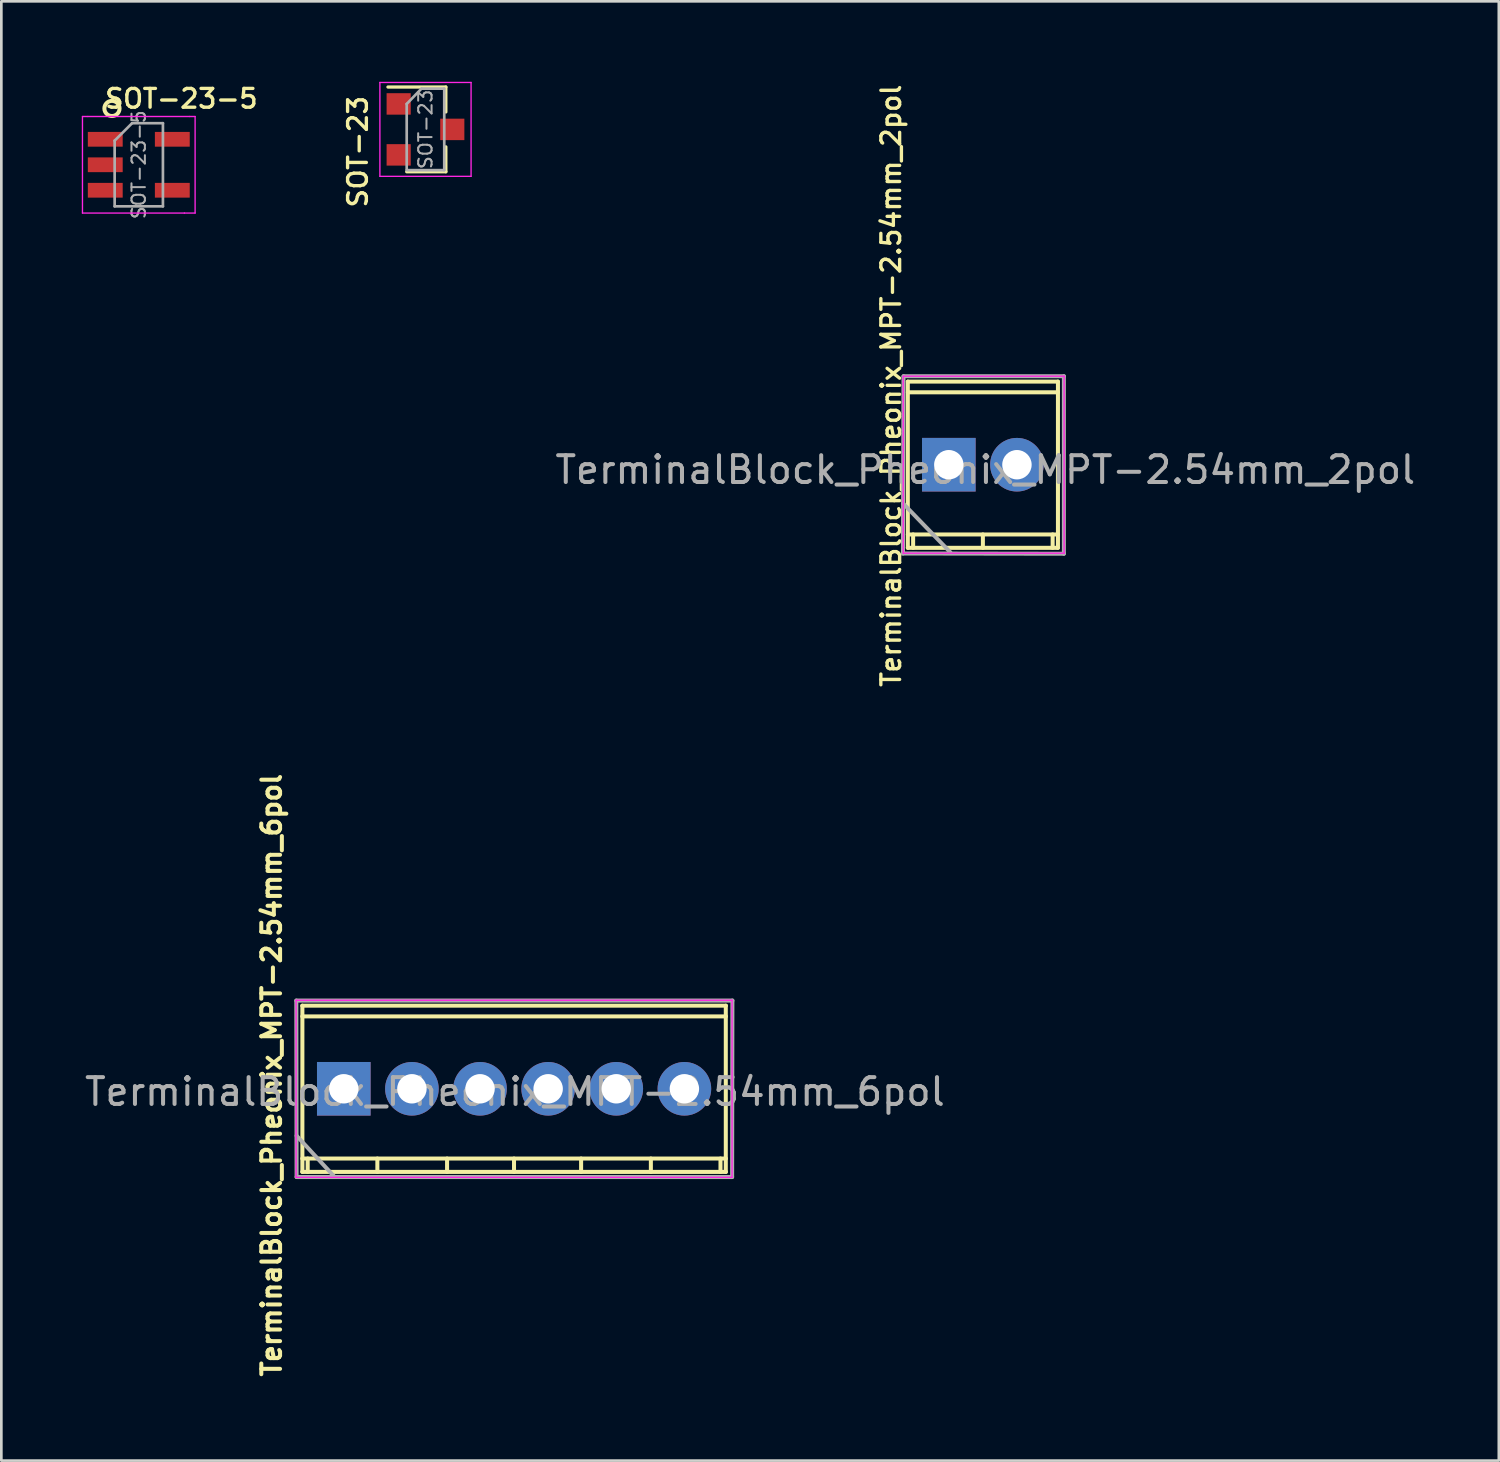
<source format=kicad_pcb>
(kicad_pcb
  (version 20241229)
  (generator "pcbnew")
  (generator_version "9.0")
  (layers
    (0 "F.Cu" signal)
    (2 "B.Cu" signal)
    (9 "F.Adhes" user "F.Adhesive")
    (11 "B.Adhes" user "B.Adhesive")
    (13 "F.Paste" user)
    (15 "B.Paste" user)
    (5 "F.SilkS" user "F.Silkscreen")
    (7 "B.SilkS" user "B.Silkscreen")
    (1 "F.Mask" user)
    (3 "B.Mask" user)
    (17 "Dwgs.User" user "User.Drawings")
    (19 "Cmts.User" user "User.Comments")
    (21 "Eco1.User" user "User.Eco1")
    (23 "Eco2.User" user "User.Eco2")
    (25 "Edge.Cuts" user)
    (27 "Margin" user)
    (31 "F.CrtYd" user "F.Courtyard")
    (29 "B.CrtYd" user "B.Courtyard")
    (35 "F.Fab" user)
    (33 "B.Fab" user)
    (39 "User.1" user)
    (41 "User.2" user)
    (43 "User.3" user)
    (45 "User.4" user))
  (footprint "TerminalBlock_Pheonix_MPT-2.54mm_2pol"
    (layer "F.Cu")
    (at 32.329 14.278)
    (property "Reference" "TerminalBlock_Pheonix_MPT-2.54mm_2pol" (at -2.152 -2.944 90) (layer "F.SilkS") (effects (font (size 0.7 0.7) (thickness 0.125))))
    (attr through_hole)
    (fp_line (start -1.529 -3.099) (end -1.529 3.099) (stroke (width 0.15) (type solid)) (layer "F.SilkS"))
    (fp_line (start -1.529 -2.7) (end 4.069 -2.7) (stroke (width 0.15) (type solid)) (layer "F.SilkS"))
    (fp_line (start -1.529 3.099) (end 4.069 3.099) (stroke (width 0.15) (type solid)) (layer "F.SilkS"))
    (fp_line (start -1.331 3.099) (end -1.331 2.601) (stroke (width 0.15) (type solid)) (layer "F.SilkS"))
    (fp_line (start 1.27 3.099) (end 1.27 2.601) (stroke (width 0.15) (type solid)) (layer "F.SilkS"))
    (fp_line (start 3.871 2.601) (end 3.871 3.099) (stroke (width 0.15) (type solid)) (layer "F.SilkS"))
    (fp_line (start 4.069 -3.099) (end -1.529 -3.099) (stroke (width 0.15) (type solid)) (layer "F.SilkS"))
    (fp_line (start 4.069 2.601) (end -1.529 2.601) (stroke (width 0.15) (type solid)) (layer "F.SilkS"))
    (fp_line (start 4.069 3.099) (end 4.069 -3.099) (stroke (width 0.15) (type solid)) (layer "F.SilkS"))
    (fp_line (start -1.7 -3.3) (end 4.3 -3.3) (stroke (width 0.05) (type solid)) (layer "F.CrtYd"))
    (fp_line (start -1.7 3.3) (end -1.7 -3.3) (stroke (width 0.05) (type solid)) (layer "F.CrtYd"))
    (fp_line (start 4.3 -3.3) (end 4.3 3.3) (stroke (width 0.05) (type solid)) (layer "F.CrtYd"))
    (fp_line (start 4.3 3.3) (end -1.7 3.3) (stroke (width 0.05) (type solid)) (layer "F.CrtYd"))
    (fp_line (start -1.71 3.31) (end -1.69 -3.3) (stroke (width 0.15) (type solid)) (layer "F.Fab"))
    (fp_line (start -1.69 -3.3) (end 4.29 -3.3) (stroke (width 0.15) (type solid)) (layer "F.Fab"))
    (fp_line (start 0.06 3.27) (end -1.7 1.45) (stroke (width 0.15) (type solid)) (layer "F.Fab"))
    (fp_line (start 4.29 -3.3) (end 4.29 3.32) (stroke (width 0.15) (type solid)) (layer "F.Fab"))
    (fp_line (start 4.29 3.32) (end -1.71 3.31) (stroke (width 0.15) (type solid)) (layer "F.Fab"))
    (fp_text user "${REFERENCE}" (at 1.36 0.19 0) (layer "F.Fab") (effects (font (size 1 1) (thickness 0.15))))
    (pad "1" thru_hole rect (at 0 0) (size 1.999 1.999) (drill 1.097) (layers "*.Cu" "*.Mask"))
    (pad "2" thru_hole oval (at 2.54 0) (size 1.999 1.999) (drill 1.097) (layers "*.Cu" "*.Mask")))
  (footprint "SOT-23"
    (layer "F.Cu")
    (at 12.815 1.775)
    (property "Reference" "SOT-23" (at -2.522 0.832 270) (layer "F.SilkS") (effects (font (size 0.7 0.7) (thickness 0.125))))
    (attr smd)
    (fp_line (start 0.76 -1.58) (end -1.4 -1.58) (stroke (width 0.12) (type solid)) (layer "F.SilkS"))
    (fp_line (start 0.76 -1.58) (end 0.76 -0.65) (stroke (width 0.12) (type solid)) (layer "F.SilkS"))
    (fp_line (start 0.76 1.58) (end -0.7 1.58) (stroke (width 0.12) (type solid)) (layer "F.SilkS"))
    (fp_line (start 0.76 1.58) (end 0.76 0.65) (stroke (width 0.12) (type solid)) (layer "F.SilkS"))
    (fp_line (start -1.7 -1.75) (end 1.7 -1.75) (stroke (width 0.05) (type solid)) (layer "F.CrtYd"))
    (fp_line (start -1.7 1.75) (end -1.7 -1.75) (stroke (width 0.05) (type solid)) (layer "F.CrtYd"))
    (fp_line (start 1.7 -1.75) (end 1.7 1.75) (stroke (width 0.05) (type solid)) (layer "F.CrtYd"))
    (fp_line (start 1.7 1.75) (end -1.7 1.75) (stroke (width 0.05) (type solid)) (layer "F.CrtYd"))
    (fp_line (start -0.7 -0.95) (end -0.7 1.5) (stroke (width 0.1) (type solid)) (layer "F.Fab"))
    (fp_line (start -0.7 -0.95) (end -0.15 -1.52) (stroke (width 0.1) (type solid)) (layer "F.Fab"))
    (fp_line (start -0.7 1.52) (end 0.7 1.52) (stroke (width 0.1) (type solid)) (layer "F.Fab"))
    (fp_line (start -0.15 -1.52) (end 0.7 -1.52) (stroke (width 0.1) (type solid)) (layer "F.Fab"))
    (fp_line (start 0.7 -1.52) (end 0.7 1.52) (stroke (width 0.1) (type solid)) (layer "F.Fab"))
    (fp_text user "${REFERENCE}" (at 0 0 90) (layer "F.Fab") (effects (font (size 0.5 0.5) (thickness 0.075))))
    (pad "1" smd rect (at -1 -0.95) (size 0.9 0.8) (layers "F.Cu" "F.Mask" "F.Paste"))
    (pad "2" smd rect (at -1 0.95) (size 0.9 0.8) (layers "F.Cu" "F.Mask" "F.Paste"))
    (pad "3" smd rect (at 1 0) (size 0.9 0.8) (layers "F.Cu" "F.Mask" "F.Paste")))
  (footprint "TerminalBlock_Pheonix_MPT-2.54mm_6pol"
    (layer "F.Cu")
    (at 9.769 37.548)
    (property "Reference" "TerminalBlock_Pheonix_MPT-2.54mm_6pol" (at -2.692 -0.508 270) (layer "F.SilkS") (effects (font (size 0.7 0.7) (thickness 0.15))))
    (attr through_hole)
    (fp_line (start -1.549 3.099) (end 14.249 3.099) (stroke (width 0.15) (type solid)) (layer "F.SilkS"))
    (fp_line (start -1.544 -3.099) (end -1.544 3.099) (stroke (width 0.15) (type solid)) (layer "F.SilkS"))
    (fp_line (start -1.346 3.099) (end -1.346 2.601) (stroke (width 0.15) (type solid)) (layer "F.SilkS"))
    (fp_line (start 1.252 3.099) (end 1.252 2.601) (stroke (width 0.15) (type solid)) (layer "F.SilkS"))
    (fp_line (start 3.851 2.601) (end 3.851 3.099) (stroke (width 0.15) (type solid)) (layer "F.SilkS"))
    (fp_line (start 6.347 2.601) (end 6.347 3.099) (stroke (width 0.15) (type solid)) (layer "F.SilkS"))
    (fp_line (start 8.849 2.601) (end 8.849 3.099) (stroke (width 0.15) (type solid)) (layer "F.SilkS"))
    (fp_line (start 11.45 2.601) (end 11.45 3.099) (stroke (width 0.15) (type solid)) (layer "F.SilkS"))
    (fp_line (start 14.046 2.601) (end 14.046 3.099) (stroke (width 0.15) (type solid)) (layer "F.SilkS"))
    (fp_line (start 14.244 3.099) (end 14.244 -3.099) (stroke (width 0.15) (type solid)) (layer "F.SilkS"))
    (fp_line (start 14.249 -3.099) (end -1.549 -3.099) (stroke (width 0.15) (type solid)) (layer "F.SilkS"))
    (fp_line (start 14.249 -2.7) (end -1.549 -2.7) (stroke (width 0.15) (type solid)) (layer "F.SilkS"))
    (fp_line (start 14.249 2.601) (end -1.549 2.601) (stroke (width 0.15) (type solid)) (layer "F.SilkS"))
    (fp_line (start -1.778 -3.302) (end 14.478 -3.302) (stroke (width 0.05) (type solid)) (layer "F.CrtYd"))
    (fp_line (start -1.778 3.302) (end -1.778 -3.302) (stroke (width 0.05) (type solid)) (layer "F.CrtYd"))
    (fp_line (start 14.478 -3.302) (end 14.478 3.302) (stroke (width 0.05) (type solid)) (layer "F.CrtYd"))
    (fp_line (start 14.478 3.302) (end -1.778 3.302) (stroke (width 0.05) (type solid)) (layer "F.CrtYd"))
    (fp_line (start -1.77 -3.29) (end -1.76 3.29) (stroke (width 0.15) (type solid)) (layer "F.Fab"))
    (fp_line (start -1.76 1.75) (end -0.34 3.29) (stroke (width 0.15) (type solid)) (layer "F.Fab"))
    (fp_line (start -1.76 3.29) (end 14.48 3.29) (stroke (width 0.15) (type solid)) (layer "F.Fab"))
    (fp_line (start 14.48 3.29) (end 14.49 -3.29) (stroke (width 0.15) (type solid)) (layer "F.Fab"))
    (fp_line (start 14.49 -3.29) (end -1.77 -3.29) (stroke (width 0.15) (type solid)) (layer "F.Fab"))
    (fp_text user "${REFERENCE}" (at 6.38 0.11 0) (layer "F.Fab") (effects (font (size 1 1) (thickness 0.15))))
    (pad "1" thru_hole rect (at 0 0 180) (size 1.999 1.999) (drill 1.097) (layers "*.Cu" "*.Mask"))
    (pad "2" thru_hole oval (at 2.54 0 180) (size 1.999 1.999) (drill 1.097) (layers "*.Cu" "*.Mask"))
    (pad "3" thru_hole oval (at 5.08 0 180) (size 1.999 1.999) (drill 1.097) (layers "*.Cu" "*.Mask"))
    (pad "4" thru_hole oval (at 7.62 0 180) (size 1.999 1.999) (drill 1.097) (layers "*.Cu" "*.Mask"))
    (pad "5" thru_hole oval (at 10.16 0 180) (size 1.999 1.999) (drill 1.097) (layers "*.Cu" "*.Mask"))
    (pad "6" thru_hole oval (at 12.7 0 180) (size 1.999 1.999) (drill 1.097) (layers "*.Cu" "*.Mask")))
  (footprint "SOT-23-5"
    (layer "F.Cu")
    (at 2.125 3.094)
    (property "Reference" "SOT-23-5" (at 1.588 -2.465 0) (layer "F.SilkS") (effects (font (size 0.7 0.7) (thickness 0.125))))
    (attr smd)
    (fp_circle (center -1 -2.1) (end -0.8 -1.9) (stroke (width 0.15) (type solid)) (fill no) (layer "F.SilkS"))
    (fp_line (start -2.1 1.8) (end -2.1 -1.8) (stroke (width 0.05) (type solid)) (layer "F.CrtYd"))
    (fp_line (start -1.9 -1.8) (end -2.1 -1.8) (stroke (width 0.05) (type solid)) (layer "F.CrtYd"))
    (fp_line (start -1.9 -1.8) (end 1.9 -1.8) (stroke (width 0.05) (type solid)) (layer "F.CrtYd"))
    (fp_line (start 1.7 1.8) (end -2.1 1.8) (stroke (width 0.05) (type solid)) (layer "F.CrtYd"))
    (fp_line (start 1.9 -1.8) (end 2.1 -1.8) (stroke (width 0.05) (type solid)) (layer "F.CrtYd"))
    (fp_line (start 2.1 -1.8) (end 2.1 1.8) (stroke (width 0.05) (type solid)) (layer "F.CrtYd"))
    (fp_line (start 2.1 1.8) (end 1.7 1.8) (stroke (width 0.05) (type solid)) (layer "F.CrtYd"))
    (fp_line (start -0.9 -0.9) (end -0.9 1.55) (stroke (width 0.1) (type solid)) (layer "F.Fab"))
    (fp_line (start -0.9 -0.9) (end -0.25 -1.55) (stroke (width 0.1) (type solid)) (layer "F.Fab"))
    (fp_line (start 0.9 -1.55) (end -0.25 -1.55) (stroke (width 0.1) (type solid)) (layer "F.Fab"))
    (fp_line (start 0.9 -1.55) (end 0.9 1.55) (stroke (width 0.1) (type solid)) (layer "F.Fab"))
    (fp_line (start 0.9 1.55) (end -0.9 1.55) (stroke (width 0.1) (type solid)) (layer "F.Fab"))
    (fp_text user "${REFERENCE}" (at 0 0 90) (layer "F.Fab") (effects (font (size 0.5 0.5) (thickness 0.075))))
    (pad "1" smd rect (at -1.25 -0.95) (size 1.3 0.55) (layers "F.Cu" "F.Mask" "F.Paste"))
    (pad "2" smd rect (at -1.25 0) (size 1.3 0.55) (layers "F.Cu" "F.Mask" "F.Paste"))
    (pad "3" smd rect (at -1.25 0.95) (size 1.3 0.55) (layers "F.Cu" "F.Mask" "F.Paste"))
    (pad "4" smd rect (at 1.25 0.95) (size 1.3 0.55) (layers "F.Cu" "F.Mask" "F.Paste"))
    (pad "5" smd rect (at 1.25 -0.95) (size 1.3 0.55) (layers "F.Cu" "F.Mask" "F.Paste")))
  (gr_rect
    (start -3 -3)
    (end 52.837 51.412)
    (stroke (width 0.1) (type default))
    (fill no)
    (layer "Edge.Cuts")))
</source>
